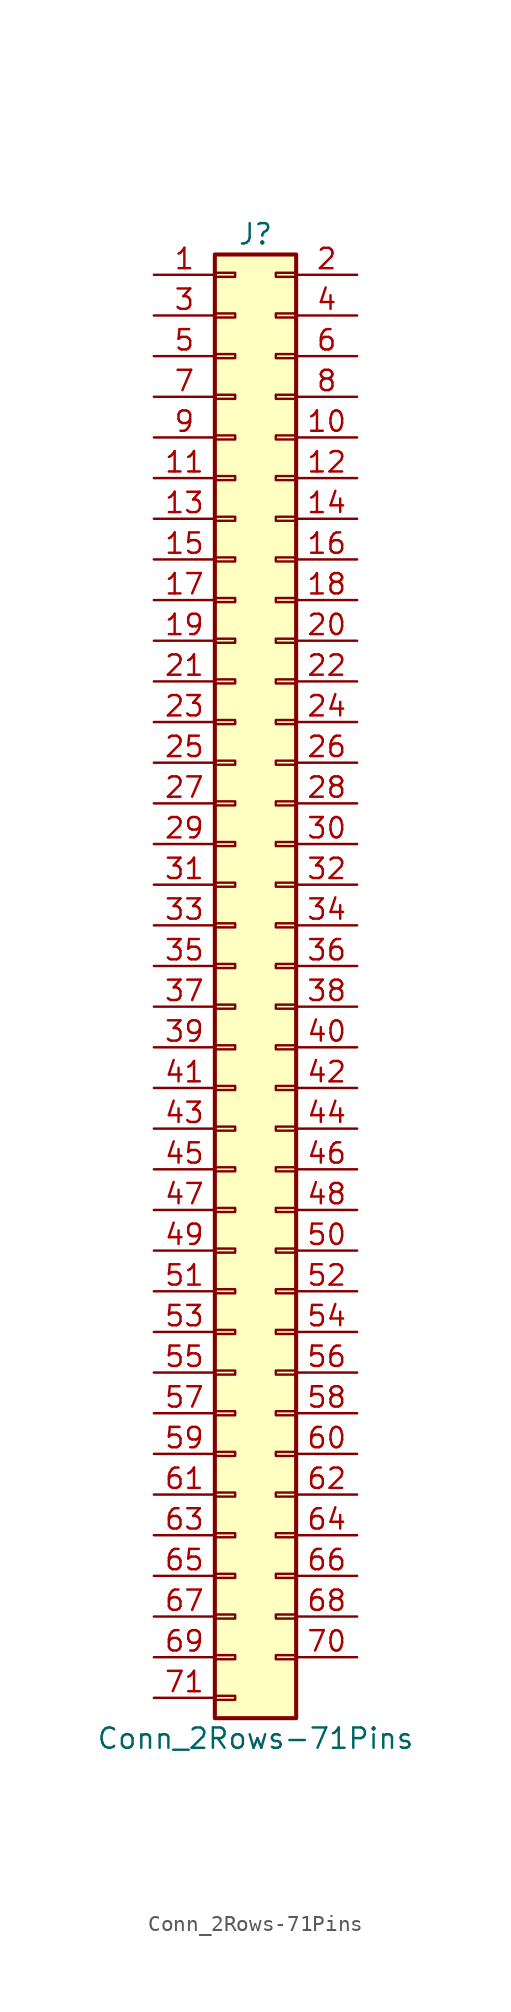
<source format=kicad_sym>
(kicad_symbol_lib
  (version 20201005)
  (generator kicad_symbol_editor)
  (symbol "Connector_Generic:Conn_2Rows-71Pins"
    (pin_names
      (offset 1.016) hide)
    (property "Reference" "J"
      (at 1.27 45.72 0)
      (effects (font (size 1.27 1.27))))
    (property "Value" "Conn_2Rows-71Pins"
      (at 1.27 -48.26 0)
      (effects (font (size 1.27 1.27))))
    (symbol "Conn_2Rows-71Pins_1_1"
      (rectangle (start -1.27 -27.813) (end 0 -28.067) (stroke (width 0.152)) (fill (type none)))
      (rectangle (start -1.27 -30.353) (end 0 -30.607) (stroke (width 0.152)) (fill (type none)))
      (rectangle (start -1.27 -32.893) (end 0 -33.147) (stroke (width 0.152)) (fill (type none)))
      (rectangle (start -1.27 -35.433) (end 0 -35.687) (stroke (width 0.152)) (fill (type none)))
      (rectangle (start -1.27 -37.973) (end 0 -38.227) (stroke (width 0.152)) (fill (type none)))
      (rectangle (start -1.27 -40.513) (end 0 -40.767) (stroke (width 0.152)) (fill (type none)))
      (rectangle (start -1.27 -43.053) (end 0 -43.307) (stroke (width 0.152)) (fill (type none)))
      (rectangle (start -1.27 -45.593) (end 0 -45.847) (stroke (width 0.152)) (fill (type none)))
      (rectangle (start -1.27 -4.953) (end 0 -5.207) (stroke (width 0.152)) (fill (type none)))
      (rectangle (start -1.27 -7.493) (end 0 -7.747) (stroke (width 0.152)) (fill (type none)))
      (rectangle (start -1.27 -10.033) (end 0 -10.287) (stroke (width 0.152)) (fill (type none)))
      (rectangle (start -1.27 -12.573) (end 0 -12.827) (stroke (width 0.152)) (fill (type none)))
      (rectangle (start -1.27 -15.113) (end 0 -15.367) (stroke (width 0.152)) (fill (type none)))
      (rectangle (start -1.27 -17.653) (end 0 -17.907) (stroke (width 0.152)) (fill (type none)))
      (rectangle (start -1.27 -20.193) (end 0 -20.447) (stroke (width 0.152)) (fill (type none)))
      (rectangle (start -1.27 -22.733) (end 0 -22.987) (stroke (width 0.152)) (fill (type none)))
      (rectangle (start -1.27 -2.413) (end 0 -2.667) (stroke (width 0.152)) (fill (type none)))
      (rectangle (start -1.27 -25.273) (end 0 -25.527) (stroke (width 0.152)) (fill (type none)))
      (rectangle (start -1.27 25.527) (end 0 25.273) (stroke (width 0.152)) (fill (type none)))
      (rectangle (start -1.27 2.667) (end 0 2.413) (stroke (width 0.152)) (fill (type none)))
      (rectangle (start -1.27 28.067) (end 0 27.813) (stroke (width 0.152)) (fill (type none)))
      (rectangle (start -1.27 30.607) (end 0 30.353) (stroke (width 0.152)) (fill (type none)))
      (rectangle (start -1.27 33.147) (end 0 32.893) (stroke (width 0.152)) (fill (type none)))
      (rectangle (start -1.27 35.687) (end 0 35.433) (stroke (width 0.152)) (fill (type none)))
      (rectangle (start -1.27 38.227) (end 0 37.973) (stroke (width 0.152)) (fill (type none)))
      (rectangle (start -1.27 40.767) (end 0 40.513) (stroke (width 0.152)) (fill (type none)))
      (rectangle (start -1.27 43.307) (end 0 43.053) (stroke (width 0.152)) (fill (type none)))
      (rectangle (start -1.27 44.45) (end 3.81 -46.99) (stroke (width 0.254)) (fill (type background)))
      (rectangle (start -1.27 5.207) (end 0 4.953) (stroke (width 0.152)) (fill (type none)))
      (rectangle (start -1.27 7.747) (end 0 7.493) (stroke (width 0.152)) (fill (type none)))
      (rectangle (start -1.27 10.287) (end 0 10.033) (stroke (width 0.152)) (fill (type none)))
      (rectangle (start -1.27 0.127) (end 0 -0.127) (stroke (width 0.152)) (fill (type none)))
      (rectangle (start -1.27 12.827) (end 0 12.573) (stroke (width 0.152)) (fill (type none)))
      (rectangle (start -1.27 15.367) (end 0 15.113) (stroke (width 0.152)) (fill (type none)))
      (rectangle (start -1.27 17.907) (end 0 17.653) (stroke (width 0.152)) (fill (type none)))
      (rectangle (start -1.27 20.447) (end 0 20.193) (stroke (width 0.152)) (fill (type none)))
      (rectangle (start -1.27 22.987) (end 0 22.733) (stroke (width 0.152)) (fill (type none)))
      (rectangle (start 3.81 -27.813) (end 2.54 -28.067) (stroke (width 0.152)) (fill (type none)))
      (rectangle (start 3.81 -30.353) (end 2.54 -30.607) (stroke (width 0.152)) (fill (type none)))
      (rectangle (start 3.81 -32.893) (end 2.54 -33.147) (stroke (width 0.152)) (fill (type none)))
      (rectangle (start 3.81 -35.433) (end 2.54 -35.687) (stroke (width 0.152)) (fill (type none)))
      (rectangle (start 3.81 -37.973) (end 2.54 -38.227) (stroke (width 0.152)) (fill (type none)))
      (rectangle (start 3.81 -40.513) (end 2.54 -40.767) (stroke (width 0.152)) (fill (type none)))
      (rectangle (start 3.81 -43.053) (end 2.54 -43.307) (stroke (width 0.152)) (fill (type none)))
      (rectangle (start 3.81 -4.953) (end 2.54 -5.207) (stroke (width 0.152)) (fill (type none)))
      (rectangle (start 3.81 -7.493) (end 2.54 -7.747) (stroke (width 0.152)) (fill (type none)))
      (rectangle (start 3.81 -10.033) (end 2.54 -10.287) (stroke (width 0.152)) (fill (type none)))
      (rectangle (start 3.81 -12.573) (end 2.54 -12.827) (stroke (width 0.152)) (fill (type none)))
      (rectangle (start 3.81 -15.113) (end 2.54 -15.367) (stroke (width 0.152)) (fill (type none)))
      (rectangle (start 3.81 -17.653) (end 2.54 -17.907) (stroke (width 0.152)) (fill (type none)))
      (rectangle (start 3.81 -20.193) (end 2.54 -20.447) (stroke (width 0.152)) (fill (type none)))
      (rectangle (start 3.81 -22.733) (end 2.54 -22.987) (stroke (width 0.152)) (fill (type none)))
      (rectangle (start 3.81 -2.413) (end 2.54 -2.667) (stroke (width 0.152)) (fill (type none)))
      (rectangle (start 3.81 -25.273) (end 2.54 -25.527) (stroke (width 0.152)) (fill (type none)))
      (rectangle (start 3.81 25.527) (end 2.54 25.273) (stroke (width 0.152)) (fill (type none)))
      (rectangle (start 3.81 2.667) (end 2.54 2.413) (stroke (width 0.152)) (fill (type none)))
      (rectangle (start 3.81 28.067) (end 2.54 27.813) (stroke (width 0.152)) (fill (type none)))
      (rectangle (start 3.81 30.607) (end 2.54 30.353) (stroke (width 0.152)) (fill (type none)))
      (rectangle (start 3.81 33.147) (end 2.54 32.893) (stroke (width 0.152)) (fill (type none)))
      (rectangle (start 3.81 35.687) (end 2.54 35.433) (stroke (width 0.152)) (fill (type none)))
      (rectangle (start 3.81 38.227) (end 2.54 37.973) (stroke (width 0.152)) (fill (type none)))
      (rectangle (start 3.81 40.767) (end 2.54 40.513) (stroke (width 0.152)) (fill (type none)))
      (rectangle (start 3.81 43.307) (end 2.54 43.053) (stroke (width 0.152)) (fill (type none)))
      (rectangle (start 3.81 5.207) (end 2.54 4.953) (stroke (width 0.152)) (fill (type none)))
      (rectangle (start 3.81 7.747) (end 2.54 7.493) (stroke (width 0.152)) (fill (type none)))
      (rectangle (start 3.81 10.287) (end 2.54 10.033) (stroke (width 0.152)) (fill (type none)))
      (rectangle (start 3.81 0.127) (end 2.54 -0.127) (stroke (width 0.152)) (fill (type none)))
      (rectangle (start 3.81 12.827) (end 2.54 12.573) (stroke (width 0.152)) (fill (type none)))
      (rectangle (start 3.81 15.367) (end 2.54 15.113) (stroke (width 0.152)) (fill (type none)))
      (rectangle (start 3.81 17.907) (end 2.54 17.653) (stroke (width 0.152)) (fill (type none)))
      (rectangle (start 3.81 20.447) (end 2.54 20.193) (stroke (width 0.152)) (fill (type none)))
      (rectangle (start 3.81 22.987) (end 2.54 22.733) (stroke (width 0.152)) (fill (type none)))
      (pin passive line (at -5.08 43.18 0) (length 3.81) (name "Pin_1" (effects (font (size 1.27 1.27)))) (number "1" (effects (font (size 1.27 1.27)))))
      (pin passive line (at 7.62 33.02 180) (length 3.81) (name "Pin_10" (effects (font (size 1.27 1.27)))) (number "10" (effects (font (size 1.27 1.27)))))
      (pin passive line (at -5.08 30.48 0) (length 3.81) (name "Pin_11" (effects (font (size 1.27 1.27)))) (number "11" (effects (font (size 1.27 1.27)))))
      (pin passive line (at 7.62 30.48 180) (length 3.81) (name "Pin_12" (effects (font (size 1.27 1.27)))) (number "12" (effects (font (size 1.27 1.27)))))
      (pin passive line (at -5.08 27.94 0) (length 3.81) (name "Pin_13" (effects (font (size 1.27 1.27)))) (number "13" (effects (font (size 1.27 1.27)))))
      (pin passive line (at 7.62 27.94 180) (length 3.81) (name "Pin_14" (effects (font (size 1.27 1.27)))) (number "14" (effects (font (size 1.27 1.27)))))
      (pin passive line (at -5.08 25.4 0) (length 3.81) (name "Pin_15" (effects (font (size 1.27 1.27)))) (number "15" (effects (font (size 1.27 1.27)))))
      (pin passive line (at 7.62 25.4 180) (length 3.81) (name "Pin_16" (effects (font (size 1.27 1.27)))) (number "16" (effects (font (size 1.27 1.27)))))
      (pin passive line (at -5.08 22.86 0) (length 3.81) (name "Pin_17" (effects (font (size 1.27 1.27)))) (number "17" (effects (font (size 1.27 1.27)))))
      (pin passive line (at 7.62 22.86 180) (length 3.81) (name "Pin_18" (effects (font (size 1.27 1.27)))) (number "18" (effects (font (size 1.27 1.27)))))
      (pin passive line (at -5.08 20.32 0) (length 3.81) (name "Pin_19" (effects (font (size 1.27 1.27)))) (number "19" (effects (font (size 1.27 1.27)))))
      (pin passive line (at 7.62 43.18 180) (length 3.81) (name "Pin_2" (effects (font (size 1.27 1.27)))) (number "2" (effects (font (size 1.27 1.27)))))
      (pin passive line (at 7.62 20.32 180) (length 3.81) (name "Pin_20" (effects (font (size 1.27 1.27)))) (number "20" (effects (font (size 1.27 1.27)))))
      (pin passive line (at -5.08 17.78 0) (length 3.81) (name "Pin_21" (effects (font (size 1.27 1.27)))) (number "21" (effects (font (size 1.27 1.27)))))
      (pin passive line (at 7.62 17.78 180) (length 3.81) (name "Pin_22" (effects (font (size 1.27 1.27)))) (number "22" (effects (font (size 1.27 1.27)))))
      (pin passive line (at -5.08 15.24 0) (length 3.81) (name "Pin_23" (effects (font (size 1.27 1.27)))) (number "23" (effects (font (size 1.27 1.27)))))
      (pin passive line (at 7.62 15.24 180) (length 3.81) (name "Pin_24" (effects (font (size 1.27 1.27)))) (number "24" (effects (font (size 1.27 1.27)))))
      (pin passive line (at -5.08 12.7 0) (length 3.81) (name "Pin_25" (effects (font (size 1.27 1.27)))) (number "25" (effects (font (size 1.27 1.27)))))
      (pin passive line (at 7.62 12.7 180) (length 3.81) (name "Pin_26" (effects (font (size 1.27 1.27)))) (number "26" (effects (font (size 1.27 1.27)))))
      (pin passive line (at -5.08 10.16 0) (length 3.81) (name "Pin_27" (effects (font (size 1.27 1.27)))) (number "27" (effects (font (size 1.27 1.27)))))
      (pin passive line (at 7.62 10.16 180) (length 3.81) (name "Pin_28" (effects (font (size 1.27 1.27)))) (number "28" (effects (font (size 1.27 1.27)))))
      (pin passive line (at -5.08 7.62 0) (length 3.81) (name "Pin_29" (effects (font (size 1.27 1.27)))) (number "29" (effects (font (size 1.27 1.27)))))
      (pin passive line (at -5.08 40.64 0) (length 3.81) (name "Pin_3" (effects (font (size 1.27 1.27)))) (number "3" (effects (font (size 1.27 1.27)))))
      (pin passive line (at 7.62 7.62 180) (length 3.81) (name "Pin_30" (effects (font (size 1.27 1.27)))) (number "30" (effects (font (size 1.27 1.27)))))
      (pin passive line (at -5.08 5.08 0) (length 3.81) (name "Pin_31" (effects (font (size 1.27 1.27)))) (number "31" (effects (font (size 1.27 1.27)))))
      (pin passive line (at 7.62 5.08 180) (length 3.81) (name "Pin_32" (effects (font (size 1.27 1.27)))) (number "32" (effects (font (size 1.27 1.27)))))
      (pin passive line (at -5.08 2.54 0) (length 3.81) (name "Pin_33" (effects (font (size 1.27 1.27)))) (number "33" (effects (font (size 1.27 1.27)))))
      (pin passive line (at 7.62 2.54 180) (length 3.81) (name "Pin_34" (effects (font (size 1.27 1.27)))) (number "34" (effects (font (size 1.27 1.27)))))
      (pin passive line (at -5.08 0 0) (length 3.81) (name "Pin_35" (effects (font (size 1.27 1.27)))) (number "35" (effects (font (size 1.27 1.27)))))
      (pin passive line (at 7.62 0 180) (length 3.81) (name "Pin_36" (effects (font (size 1.27 1.27)))) (number "36" (effects (font (size 1.27 1.27)))))
      (pin passive line (at -5.08 -2.54 0) (length 3.81) (name "Pin_37" (effects (font (size 1.27 1.27)))) (number "37" (effects (font (size 1.27 1.27)))))
      (pin passive line (at 7.62 -2.54 180) (length 3.81) (name "Pin_38" (effects (font (size 1.27 1.27)))) (number "38" (effects (font (size 1.27 1.27)))))
      (pin passive line (at -5.08 -5.08 0) (length 3.81) (name "Pin_39" (effects (font (size 1.27 1.27)))) (number "39" (effects (font (size 1.27 1.27)))))
      (pin passive line (at 7.62 40.64 180) (length 3.81) (name "Pin_4" (effects (font (size 1.27 1.27)))) (number "4" (effects (font (size 1.27 1.27)))))
      (pin passive line (at 7.62 -5.08 180) (length 3.81) (name "Pin_40" (effects (font (size 1.27 1.27)))) (number "40" (effects (font (size 1.27 1.27)))))
      (pin passive line (at -5.08 -7.62 0) (length 3.81) (name "Pin_41" (effects (font (size 1.27 1.27)))) (number "41" (effects (font (size 1.27 1.27)))))
      (pin passive line (at 7.62 -7.62 180) (length 3.81) (name "Pin_42" (effects (font (size 1.27 1.27)))) (number "42" (effects (font (size 1.27 1.27)))))
      (pin passive line (at -5.08 -10.16 0) (length 3.81) (name "Pin_43" (effects (font (size 1.27 1.27)))) (number "43" (effects (font (size 1.27 1.27)))))
      (pin passive line (at 7.62 -10.16 180) (length 3.81) (name "Pin_44" (effects (font (size 1.27 1.27)))) (number "44" (effects (font (size 1.27 1.27)))))
      (pin passive line (at -5.08 -12.7 0) (length 3.81) (name "Pin_45" (effects (font (size 1.27 1.27)))) (number "45" (effects (font (size 1.27 1.27)))))
      (pin passive line (at 7.62 -12.7 180) (length 3.81) (name "Pin_46" (effects (font (size 1.27 1.27)))) (number "46" (effects (font (size 1.27 1.27)))))
      (pin passive line (at -5.08 -15.24 0) (length 3.81) (name "Pin_47" (effects (font (size 1.27 1.27)))) (number "47" (effects (font (size 1.27 1.27)))))
      (pin passive line (at 7.62 -15.24 180) (length 3.81) (name "Pin_48" (effects (font (size 1.27 1.27)))) (number "48" (effects (font (size 1.27 1.27)))))
      (pin passive line (at -5.08 -17.78 0) (length 3.81) (name "Pin_49" (effects (font (size 1.27 1.27)))) (number "49" (effects (font (size 1.27 1.27)))))
      (pin passive line (at -5.08 38.1 0) (length 3.81) (name "Pin_5" (effects (font (size 1.27 1.27)))) (number "5" (effects (font (size 1.27 1.27)))))
      (pin passive line (at 7.62 -17.78 180) (length 3.81) (name "Pin_50" (effects (font (size 1.27 1.27)))) (number "50" (effects (font (size 1.27 1.27)))))
      (pin passive line (at -5.08 -20.32 0) (length 3.81) (name "Pin_51" (effects (font (size 1.27 1.27)))) (number "51" (effects (font (size 1.27 1.27)))))
      (pin passive line (at 7.62 -20.32 180) (length 3.81) (name "Pin_52" (effects (font (size 1.27 1.27)))) (number "52" (effects (font (size 1.27 1.27)))))
      (pin passive line (at -5.08 -22.86 0) (length 3.81) (name "Pin_53" (effects (font (size 1.27 1.27)))) (number "53" (effects (font (size 1.27 1.27)))))
      (pin passive line (at 7.62 -22.86 180) (length 3.81) (name "Pin_54" (effects (font (size 1.27 1.27)))) (number "54" (effects (font (size 1.27 1.27)))))
      (pin passive line (at -5.08 -25.4 0) (length 3.81) (name "Pin_55" (effects (font (size 1.27 1.27)))) (number "55" (effects (font (size 1.27 1.27)))))
      (pin passive line (at 7.62 -25.4 180) (length 3.81) (name "Pin_56" (effects (font (size 1.27 1.27)))) (number "56" (effects (font (size 1.27 1.27)))))
      (pin passive line (at -5.08 -27.94 0) (length 3.81) (name "Pin_57" (effects (font (size 1.27 1.27)))) (number "57" (effects (font (size 1.27 1.27)))))
      (pin passive line (at 7.62 -27.94 180) (length 3.81) (name "Pin_58" (effects (font (size 1.27 1.27)))) (number "58" (effects (font (size 1.27 1.27)))))
      (pin passive line (at -5.08 -30.48 0) (length 3.81) (name "Pin_59" (effects (font (size 1.27 1.27)))) (number "59" (effects (font (size 1.27 1.27)))))
      (pin passive line (at 7.62 38.1 180) (length 3.81) (name "Pin_6" (effects (font (size 1.27 1.27)))) (number "6" (effects (font (size 1.27 1.27)))))
      (pin passive line (at 7.62 -30.48 180) (length 3.81) (name "Pin_60" (effects (font (size 1.27 1.27)))) (number "60" (effects (font (size 1.27 1.27)))))
      (pin passive line (at -5.08 -33.02 0) (length 3.81) (name "Pin_61" (effects (font (size 1.27 1.27)))) (number "61" (effects (font (size 1.27 1.27)))))
      (pin passive line (at 7.62 -33.02 180) (length 3.81) (name "Pin_62" (effects (font (size 1.27 1.27)))) (number "62" (effects (font (size 1.27 1.27)))))
      (pin passive line (at -5.08 -35.56 0) (length 3.81) (name "Pin_63" (effects (font (size 1.27 1.27)))) (number "63" (effects (font (size 1.27 1.27)))))
      (pin passive line (at 7.62 -35.56 180) (length 3.81) (name "Pin_64" (effects (font (size 1.27 1.27)))) (number "64" (effects (font (size 1.27 1.27)))))
      (pin passive line (at -5.08 -38.1 0) (length 3.81) (name "Pin_65" (effects (font (size 1.27 1.27)))) (number "65" (effects (font (size 1.27 1.27)))))
      (pin passive line (at 7.62 -38.1 180) (length 3.81) (name "Pin_66" (effects (font (size 1.27 1.27)))) (number "66" (effects (font (size 1.27 1.27)))))
      (pin passive line (at -5.08 -40.64 0) (length 3.81) (name "Pin_67" (effects (font (size 1.27 1.27)))) (number "67" (effects (font (size 1.27 1.27)))))
      (pin passive line (at 7.62 -40.64 180) (length 3.81) (name "Pin_68" (effects (font (size 1.27 1.27)))) (number "68" (effects (font (size 1.27 1.27)))))
      (pin passive line (at -5.08 -43.18 0) (length 3.81) (name "Pin_69" (effects (font (size 1.27 1.27)))) (number "69" (effects (font (size 1.27 1.27)))))
      (pin passive line (at -5.08 35.56 0) (length 3.81) (name "Pin_7" (effects (font (size 1.27 1.27)))) (number "7" (effects (font (size 1.27 1.27)))))
      (pin passive line (at 7.62 -43.18 180) (length 3.81) (name "Pin_70" (effects (font (size 1.27 1.27)))) (number "70" (effects (font (size 1.27 1.27)))))
      (pin passive line (at -5.08 -45.72 0) (length 3.81) (name "Pin_71" (effects (font (size 1.27 1.27)))) (number "71" (effects (font (size 1.27 1.27)))))
      (pin passive line (at 7.62 35.56 180) (length 3.81) (name "Pin_8" (effects (font (size 1.27 1.27)))) (number "8" (effects (font (size 1.27 1.27)))))
      (pin passive line (at -5.08 33.02 0) (length 3.81) (name "Pin_9" (effects (font (size 1.27 1.27)))) (number "9" (effects (font (size 1.27 1.27))))))))
</source>
